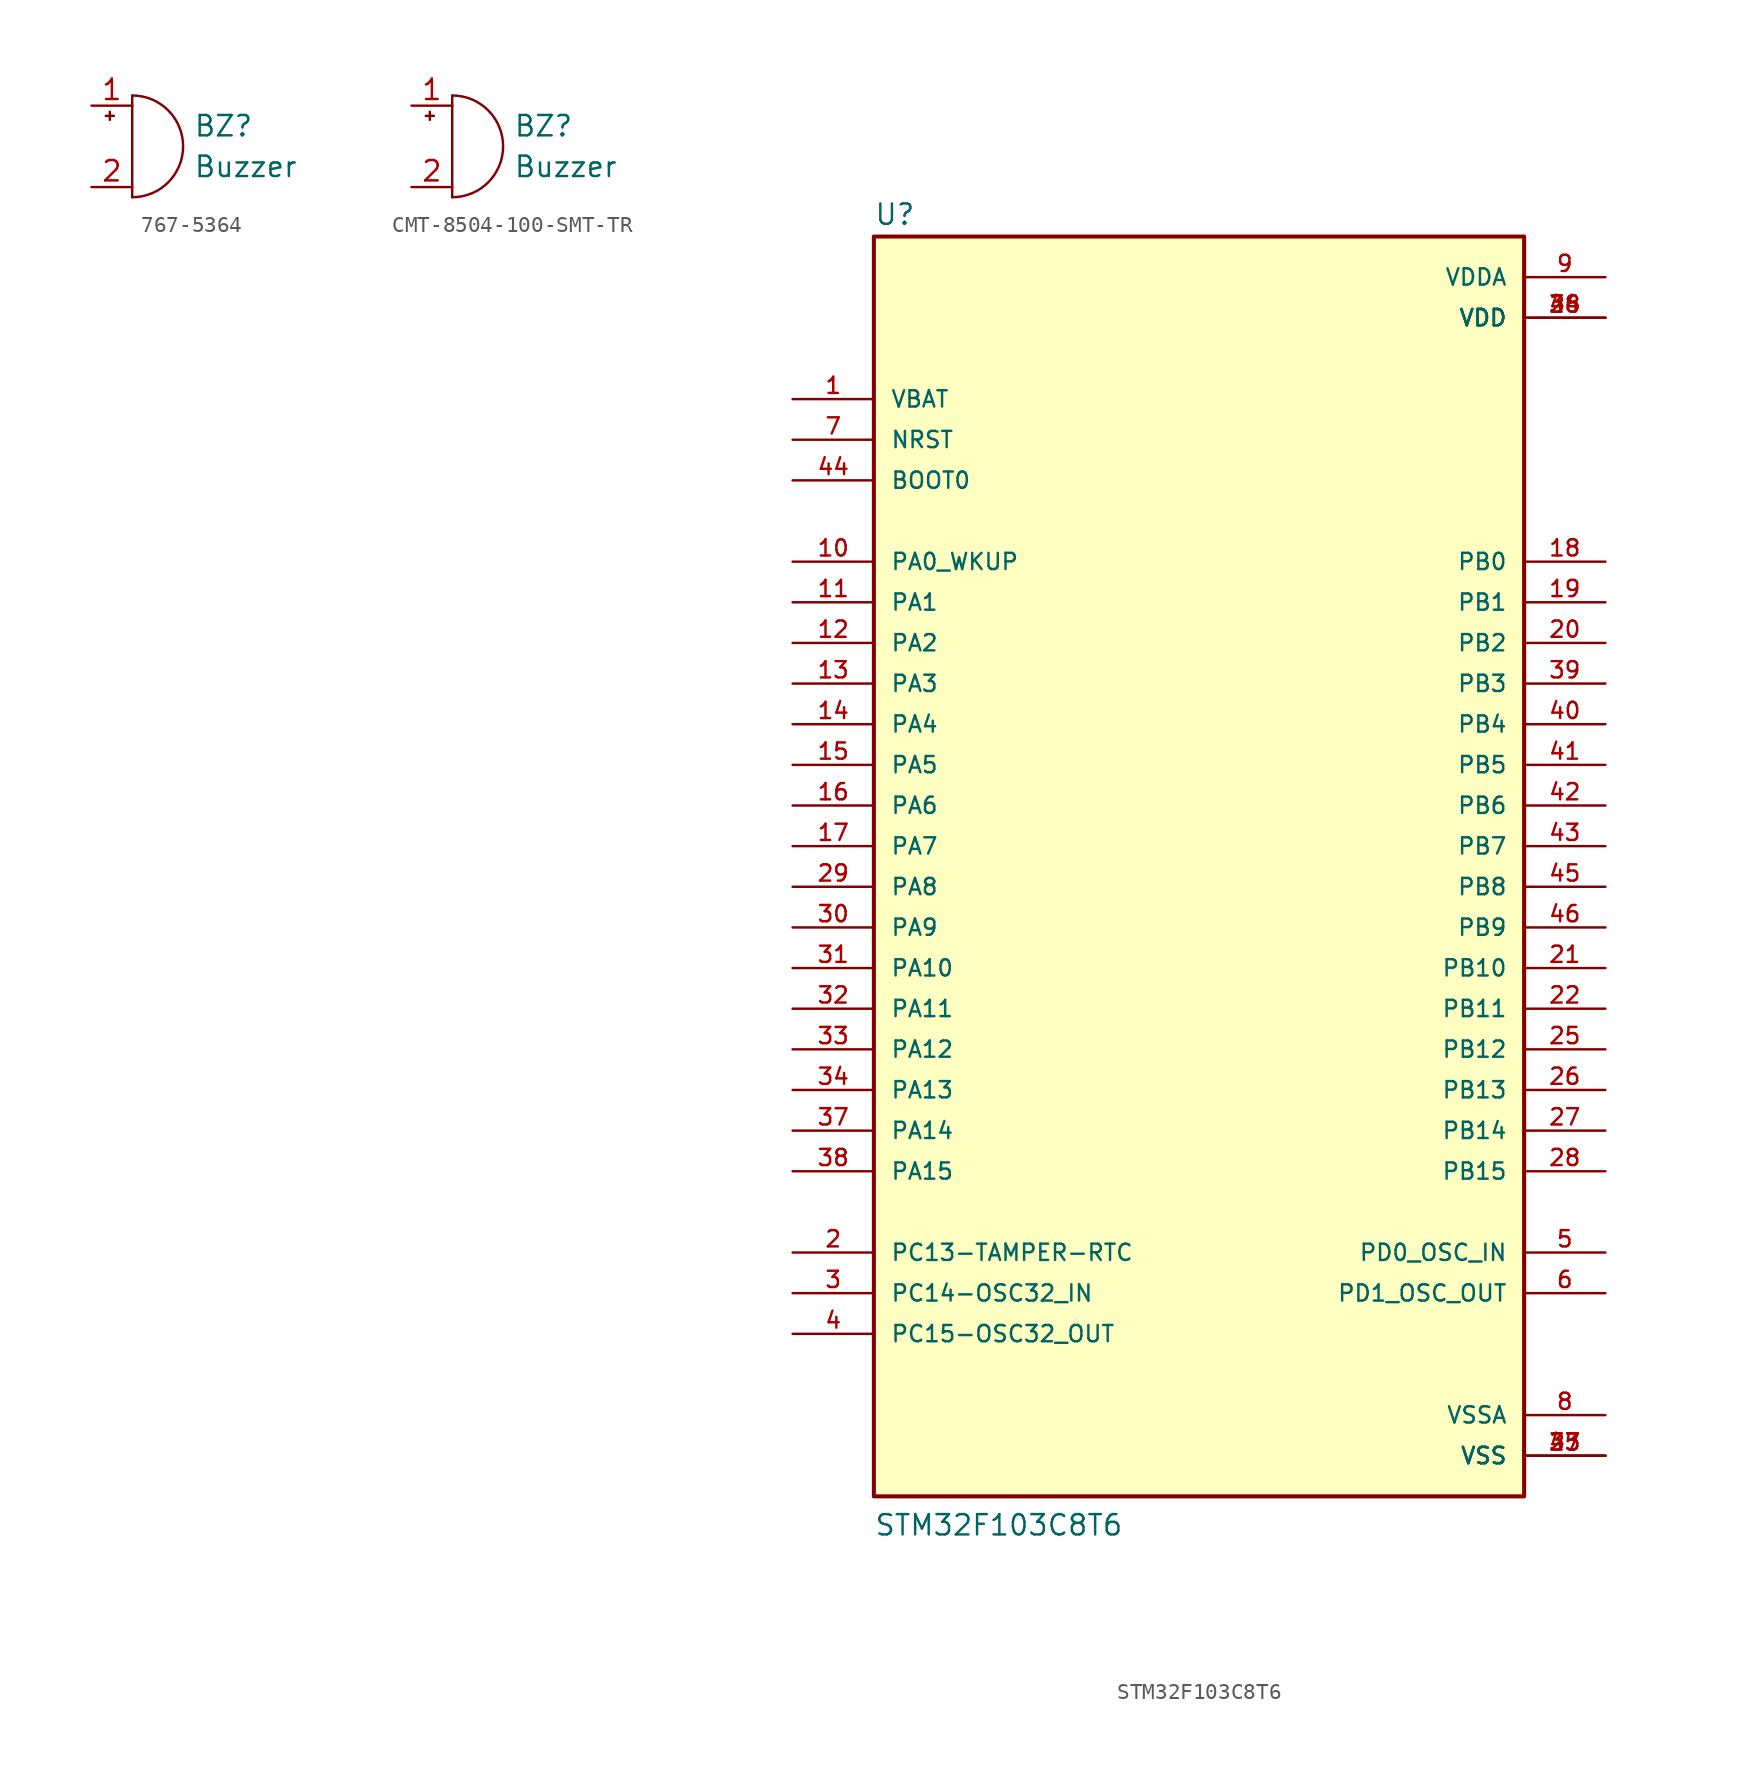
<source format=kicad_sym>
(kicad_symbol_lib
  (version 20220914)
  (generator kicad_symbol_editor)
  (symbol "767-5364"
    (pin_names
      (offset 0.025) hide)
    (property "Reference" "BZ"
      (at 3.81 1.27 0)
      (effects (font (size 1.27 1.27)) (justify left)))
    (property "Value" "Buzzer"
      (at 3.81 -1.27 0)
      (effects (font (size 1.27 1.27)) (justify left)))
    (symbol "767-5364_0_1"
      (arc (start 0 -3.175) (mid 3.1612 0) (end 0 3.175) (stroke (width 0) (type default)) (fill (type none)))
      (polyline (pts (xy -1.651 1.905) (xy -1.143 1.905)) (stroke (width 0) (type default)) (fill (type none)))
      (polyline (pts (xy -1.397 2.159) (xy -1.397 1.651)) (stroke (width 0) (type default)) (fill (type none)))
      (polyline (pts (xy 0 3.175) (xy 0 -3.175)) (stroke (width 0) (type default)) (fill (type none))))
    (symbol "767-5364_1_1"
      (pin passive line (at -2.54 2.54 0) (length 2.54) (name "-" (effects (font (size 1.27 1.27)))) (number "1" (effects (font (size 1.27 1.27)))))
      (pin passive line (at -2.54 -2.54 0) (length 2.54) (name "+" (effects (font (size 1.27 1.27)))) (number "2" (effects (font (size 1.27 1.27)))))))
  (symbol "CMT-8504-100-SMT-TR"
    (pin_names
      (offset 0.025) hide)
    (property "Reference" "BZ"
      (at 3.81 1.27 0)
      (effects (font (size 1.27 1.27)) (justify left)))
    (property "Value" "Buzzer"
      (at 3.81 -1.27 0)
      (effects (font (size 1.27 1.27)) (justify left)))
    (symbol "CMT-8504-100-SMT-TR_0_1"
      (arc (start 0 -3.175) (mid 3.1612 0) (end 0 3.175) (stroke (width 0) (type default)) (fill (type none)))
      (polyline (pts (xy -1.651 1.905) (xy -1.143 1.905)) (stroke (width 0) (type default)) (fill (type none)))
      (polyline (pts (xy -1.397 2.159) (xy -1.397 1.651)) (stroke (width 0) (type default)) (fill (type none)))
      (polyline (pts (xy 0 3.175) (xy 0 -3.175)) (stroke (width 0) (type default)) (fill (type none))))
    (symbol "CMT-8504-100-SMT-TR_1_1"
      (pin passive line (at -2.54 2.54 0) (length 2.54) (name "-" (effects (font (size 1.27 1.27)))) (number "1" (effects (font (size 1.27 1.27)))))
      (pin passive line (at -2.54 -2.54 0) (length 2.54) (name "+" (effects (font (size 1.27 1.27)))) (number "2" (effects (font (size 1.27 1.27)))))))
  (symbol "STM32F103C8T6"
    (pin_names
      (offset 1.016))
    (property "Reference" "U"
      (at -20.32 41.275 0)
      (effects (font (size 1.27 1.27)) (justify left bottom)))
    (property "Value" "STM32F103C8T6"
      (at -20.32 -40.64 0)
      (effects (font (size 1.27 1.27)) (justify left bottom)))
    (symbol "STM32F103C8T6_0_0"
      (rectangle (start -20.32 -38.1) (end 20.32 40.64) (stroke (width 0.254) (type default)) (fill (type background)))
      (pin bidirectional line (at -25.4 30.48 0) (length 5.08) (name "VBAT" (effects (font (size 1.016 1.016)))) (number "1" (effects (font (size 1.016 1.016)))))
      (pin bidirectional line (at -25.4 20.32 0) (length 5.08) (name "PA0_WKUP" (effects (font (size 1.016 1.016)))) (number "10" (effects (font (size 1.016 1.016)))))
      (pin bidirectional line (at -25.4 17.78 0) (length 5.08) (name "PA1" (effects (font (size 1.016 1.016)))) (number "11" (effects (font (size 1.016 1.016)))))
      (pin bidirectional line (at -25.4 15.24 0) (length 5.08) (name "PA2" (effects (font (size 1.016 1.016)))) (number "12" (effects (font (size 1.016 1.016)))))
      (pin bidirectional line (at -25.4 12.7 0) (length 5.08) (name "PA3" (effects (font (size 1.016 1.016)))) (number "13" (effects (font (size 1.016 1.016)))))
      (pin bidirectional line (at -25.4 10.16 0) (length 5.08) (name "PA4" (effects (font (size 1.016 1.016)))) (number "14" (effects (font (size 1.016 1.016)))))
      (pin bidirectional line (at -25.4 7.62 0) (length 5.08) (name "PA5" (effects (font (size 1.016 1.016)))) (number "15" (effects (font (size 1.016 1.016)))))
      (pin bidirectional line (at -25.4 5.08 0) (length 5.08) (name "PA6" (effects (font (size 1.016 1.016)))) (number "16" (effects (font (size 1.016 1.016)))))
      (pin bidirectional line (at -25.4 2.54 0) (length 5.08) (name "PA7" (effects (font (size 1.016 1.016)))) (number "17" (effects (font (size 1.016 1.016)))))
      (pin bidirectional line (at 25.4 20.32 180) (length 5.08) (name "PB0" (effects (font (size 1.016 1.016)))) (number "18" (effects (font (size 1.016 1.016)))))
      (pin bidirectional line (at 25.4 17.78 180) (length 5.08) (name "PB1" (effects (font (size 1.016 1.016)))) (number "19" (effects (font (size 1.016 1.016)))))
      (pin bidirectional line (at -25.4 -22.86 0) (length 5.08) (name "PC13-TAMPER-RTC" (effects (font (size 1.016 1.016)))) (number "2" (effects (font (size 1.016 1.016)))))
      (pin bidirectional line (at 25.4 15.24 180) (length 5.08) (name "PB2" (effects (font (size 1.016 1.016)))) (number "20" (effects (font (size 1.016 1.016)))))
      (pin bidirectional line (at 25.4 -5.08 180) (length 5.08) (name "PB10" (effects (font (size 1.016 1.016)))) (number "21" (effects (font (size 1.016 1.016)))))
      (pin bidirectional line (at 25.4 -7.62 180) (length 5.08) (name "PB11" (effects (font (size 1.016 1.016)))) (number "22" (effects (font (size 1.016 1.016)))))
      (pin power_in line (at 25.4 -35.56 180) (length 5.08) (name "VSS" (effects (font (size 1.016 1.016)))) (number "23" (effects (font (size 1.016 1.016)))))
      (pin power_in line (at 25.4 35.56 180) (length 5.08) (name "VDD" (effects (font (size 1.016 1.016)))) (number "24" (effects (font (size 1.016 1.016)))))
      (pin bidirectional line (at 25.4 -10.16 180) (length 5.08) (name "PB12" (effects (font (size 1.016 1.016)))) (number "25" (effects (font (size 1.016 1.016)))))
      (pin bidirectional line (at 25.4 -12.7 180) (length 5.08) (name "PB13" (effects (font (size 1.016 1.016)))) (number "26" (effects (font (size 1.016 1.016)))))
      (pin bidirectional line (at 25.4 -15.24 180) (length 5.08) (name "PB14" (effects (font (size 1.016 1.016)))) (number "27" (effects (font (size 1.016 1.016)))))
      (pin bidirectional line (at 25.4 -17.78 180) (length 5.08) (name "PB15" (effects (font (size 1.016 1.016)))) (number "28" (effects (font (size 1.016 1.016)))))
      (pin bidirectional line (at -25.4 0 0) (length 5.08) (name "PA8" (effects (font (size 1.016 1.016)))) (number "29" (effects (font (size 1.016 1.016)))))
      (pin bidirectional line (at -25.4 -25.4 0) (length 5.08) (name "PC14-OSC32_IN" (effects (font (size 1.016 1.016)))) (number "3" (effects (font (size 1.016 1.016)))))
      (pin bidirectional line (at -25.4 -2.54 0) (length 5.08) (name "PA9" (effects (font (size 1.016 1.016)))) (number "30" (effects (font (size 1.016 1.016)))))
      (pin bidirectional line (at -25.4 -5.08 0) (length 5.08) (name "PA10" (effects (font (size 1.016 1.016)))) (number "31" (effects (font (size 1.016 1.016)))))
      (pin bidirectional line (at -25.4 -7.62 0) (length 5.08) (name "PA11" (effects (font (size 1.016 1.016)))) (number "32" (effects (font (size 1.016 1.016)))))
      (pin bidirectional line (at -25.4 -10.16 0) (length 5.08) (name "PA12" (effects (font (size 1.016 1.016)))) (number "33" (effects (font (size 1.016 1.016)))))
      (pin bidirectional line (at -25.4 -12.7 0) (length 5.08) (name "PA13" (effects (font (size 1.016 1.016)))) (number "34" (effects (font (size 1.016 1.016)))))
      (pin power_in line (at 25.4 -35.56 180) (length 5.08) (name "VSS" (effects (font (size 1.016 1.016)))) (number "35" (effects (font (size 1.016 1.016)))))
      (pin power_in line (at 25.4 35.56 180) (length 5.08) (name "VDD" (effects (font (size 1.016 1.016)))) (number "36" (effects (font (size 1.016 1.016)))))
      (pin bidirectional line (at -25.4 -15.24 0) (length 5.08) (name "PA14" (effects (font (size 1.016 1.016)))) (number "37" (effects (font (size 1.016 1.016)))))
      (pin bidirectional line (at -25.4 -17.78 0) (length 5.08) (name "PA15" (effects (font (size 1.016 1.016)))) (number "38" (effects (font (size 1.016 1.016)))))
      (pin bidirectional line (at 25.4 12.7 180) (length 5.08) (name "PB3" (effects (font (size 1.016 1.016)))) (number "39" (effects (font (size 1.016 1.016)))))
      (pin bidirectional line (at -25.4 -27.94 0) (length 5.08) (name "PC15-OSC32_OUT" (effects (font (size 1.016 1.016)))) (number "4" (effects (font (size 1.016 1.016)))))
      (pin bidirectional line (at 25.4 10.16 180) (length 5.08) (name "PB4" (effects (font (size 1.016 1.016)))) (number "40" (effects (font (size 1.016 1.016)))))
      (pin bidirectional line (at 25.4 7.62 180) (length 5.08) (name "PB5" (effects (font (size 1.016 1.016)))) (number "41" (effects (font (size 1.016 1.016)))))
      (pin bidirectional line (at 25.4 5.08 180) (length 5.08) (name "PB6" (effects (font (size 1.016 1.016)))) (number "42" (effects (font (size 1.016 1.016)))))
      (pin bidirectional line (at 25.4 2.54 180) (length 5.08) (name "PB7" (effects (font (size 1.016 1.016)))) (number "43" (effects (font (size 1.016 1.016)))))
      (pin input line (at -25.4 25.4 0) (length 5.08) (name "BOOT0" (effects (font (size 1.016 1.016)))) (number "44" (effects (font (size 1.016 1.016)))))
      (pin bidirectional line (at 25.4 0 180) (length 5.08) (name "PB8" (effects (font (size 1.016 1.016)))) (number "45" (effects (font (size 1.016 1.016)))))
      (pin bidirectional line (at 25.4 -2.54 180) (length 5.08) (name "PB9" (effects (font (size 1.016 1.016)))) (number "46" (effects (font (size 1.016 1.016)))))
      (pin power_in line (at 25.4 -35.56 180) (length 5.08) (name "VSS" (effects (font (size 1.016 1.016)))) (number "47" (effects (font (size 1.016 1.016)))))
      (pin power_in line (at 25.4 35.56 180) (length 5.08) (name "VDD" (effects (font (size 1.016 1.016)))) (number "48" (effects (font (size 1.016 1.016)))))
      (pin bidirectional line (at 25.4 -22.86 180) (length 5.08) (name "PD0_OSC_IN" (effects (font (size 1.016 1.016)))) (number "5" (effects (font (size 1.016 1.016)))))
      (pin bidirectional line (at 25.4 -25.4 180) (length 5.08) (name "PD1_OSC_OUT" (effects (font (size 1.016 1.016)))) (number "6" (effects (font (size 1.016 1.016)))))
      (pin input line (at -25.4 27.94 0) (length 5.08) (name "NRST" (effects (font (size 1.016 1.016)))) (number "7" (effects (font (size 1.016 1.016)))))
      (pin power_in line (at 25.4 -33.02 180) (length 5.08) (name "VSSA" (effects (font (size 1.016 1.016)))) (number "8" (effects (font (size 1.016 1.016)))))
      (pin power_in line (at 25.4 38.1 180) (length 5.08) (name "VDDA" (effects (font (size 1.016 1.016)))) (number "9" (effects (font (size 1.016 1.016))))))))
</source>
